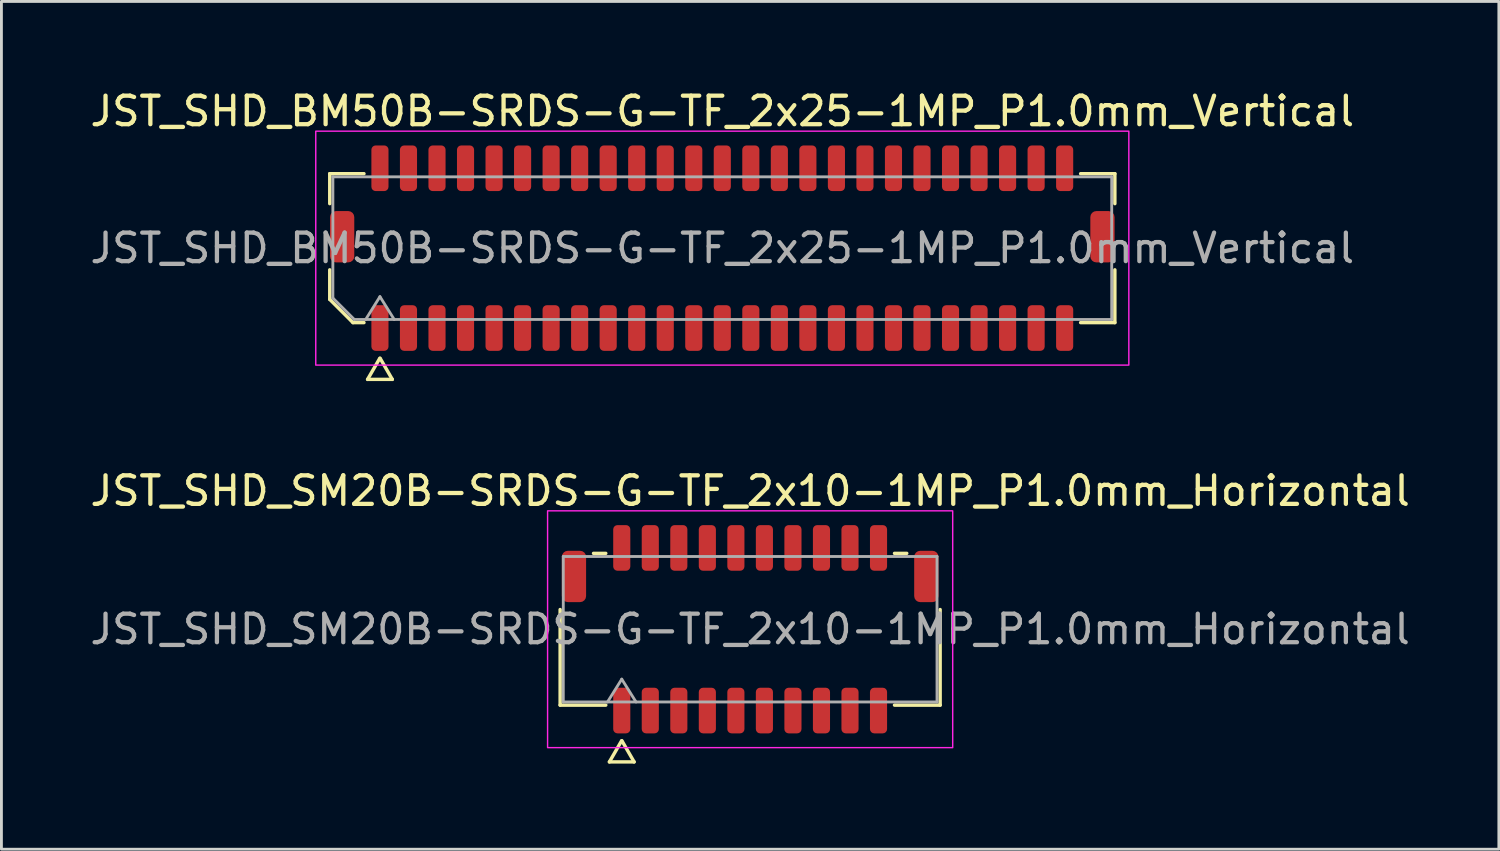
<source format=kicad_pcb>
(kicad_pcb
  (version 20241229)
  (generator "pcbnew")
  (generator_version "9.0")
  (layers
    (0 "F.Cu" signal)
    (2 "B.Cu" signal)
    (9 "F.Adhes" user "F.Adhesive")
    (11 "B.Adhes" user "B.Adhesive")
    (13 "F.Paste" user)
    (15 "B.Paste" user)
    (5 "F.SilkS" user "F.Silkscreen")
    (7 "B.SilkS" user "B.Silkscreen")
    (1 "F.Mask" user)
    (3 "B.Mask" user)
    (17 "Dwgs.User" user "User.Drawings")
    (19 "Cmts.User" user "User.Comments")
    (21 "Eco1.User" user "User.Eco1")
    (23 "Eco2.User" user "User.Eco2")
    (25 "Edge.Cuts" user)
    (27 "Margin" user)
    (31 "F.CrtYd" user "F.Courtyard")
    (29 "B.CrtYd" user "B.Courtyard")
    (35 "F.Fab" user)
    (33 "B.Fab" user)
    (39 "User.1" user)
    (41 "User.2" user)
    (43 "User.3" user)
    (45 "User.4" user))
  (footprint "JST_SHD_SM20B-SRDS-G-TF_2x10-1MP_P1.0mm_Horizontal"
    (layer "F.Cu")
    (at 23.244 19.006)
    (property "Reference" "JST_SHD_SM20B-SRDS-G-TF_2x10-1MP_P1.0mm_Horizontal" (at 0 -4.85 0) (layer "F.SilkS") (effects (font (size 1 1) (thickness 0.15))))
    (attr smd)
    (fp_line (start -6.66 2.66) (end -6.66 -0.69) (stroke (width 0.12) (type solid)) (layer "F.SilkS"))
    (fp_line (start -5.49 -2.66) (end -5.06 -2.66) (stroke (width 0.12) (type solid)) (layer "F.SilkS"))
    (fp_line (start -5.06 2.66) (end -6.66 2.66) (stroke (width 0.12) (type solid)) (layer "F.SilkS"))
    (fp_line (start -4.933 4.65) (end -4.506 3.91) (stroke (width 0.12) (type solid)) (layer "F.SilkS"))
    (fp_line (start -4.494 3.91) (end -4.067 4.65) (stroke (width 0.12) (type solid)) (layer "F.SilkS"))
    (fp_line (start -4.067 4.65) (end -4.933 4.65) (stroke (width 0.12) (type solid)) (layer "F.SilkS"))
    (fp_line (start 5.06 -2.66) (end 5.49 -2.66) (stroke (width 0.12) (type solid)) (layer "F.SilkS"))
    (fp_line (start 6.66 -0.69) (end 6.66 2.66) (stroke (width 0.12) (type solid)) (layer "F.SilkS"))
    (fp_line (start 6.66 2.66) (end 5.06 2.66) (stroke (width 0.12) (type solid)) (layer "F.SilkS"))
    (fp_rect (start -7.1 -4.15) (end 7.1 4.15) (stroke (width 0.05) (type solid)) (fill no) (layer "F.CrtYd"))
    (fp_line (start -6.55 -2.55) (end 6.55 -2.55) (stroke (width 0.1) (type solid)) (layer "F.Fab"))
    (fp_line (start -6.55 2.55) (end -6.55 -2.55) (stroke (width 0.1) (type solid)) (layer "F.Fab"))
    (fp_line (start -5 2.55) (end -4.5 1.75) (stroke (width 0.1) (type solid)) (layer "F.Fab"))
    (fp_line (start -4.5 1.75) (end -4 2.55) (stroke (width 0.1) (type solid)) (layer "F.Fab"))
    (fp_line (start 6.55 -2.55) (end 6.55 2.55) (stroke (width 0.1) (type solid)) (layer "F.Fab"))
    (fp_line (start 6.55 2.55) (end -6.55 2.55) (stroke (width 0.1) (type solid)) (layer "F.Fab"))
    (fp_text user "${REFERENCE}" (at 0 0 0) (layer "F.Fab") (effects (font (size 1 1) (thickness 0.15))))
    (pad "1" smd roundrect (at -4.5 2.85) (size 0.6 1.6) (layers "F.Cu" "F.Mask" "F.Paste") (roundrect_rratio 0.25))
    (pad "2" smd roundrect (at -4.5 -2.85) (size 0.6 1.6) (layers "F.Cu" "F.Mask" "F.Paste") (roundrect_rratio 0.25))
    (pad "3" smd roundrect (at -3.5 2.85) (size 0.6 1.6) (layers "F.Cu" "F.Mask" "F.Paste") (roundrect_rratio 0.25))
    (pad "4" smd roundrect (at -3.5 -2.85) (size 0.6 1.6) (layers "F.Cu" "F.Mask" "F.Paste") (roundrect_rratio 0.25))
    (pad "5" smd roundrect (at -2.5 2.85) (size 0.6 1.6) (layers "F.Cu" "F.Mask" "F.Paste") (roundrect_rratio 0.25))
    (pad "6" smd roundrect (at -2.5 -2.85) (size 0.6 1.6) (layers "F.Cu" "F.Mask" "F.Paste") (roundrect_rratio 0.25))
    (pad "7" smd roundrect (at -1.5 2.85) (size 0.6 1.6) (layers "F.Cu" "F.Mask" "F.Paste") (roundrect_rratio 0.25))
    (pad "8" smd roundrect (at -1.5 -2.85) (size 0.6 1.6) (layers "F.Cu" "F.Mask" "F.Paste") (roundrect_rratio 0.25))
    (pad "9" smd roundrect (at -0.5 2.85) (size 0.6 1.6) (layers "F.Cu" "F.Mask" "F.Paste") (roundrect_rratio 0.25))
    (pad "10" smd roundrect (at -0.5 -2.85) (size 0.6 1.6) (layers "F.Cu" "F.Mask" "F.Paste") (roundrect_rratio 0.25))
    (pad "11" smd roundrect (at 0.5 2.85) (size 0.6 1.6) (layers "F.Cu" "F.Mask" "F.Paste") (roundrect_rratio 0.25))
    (pad "12" smd roundrect (at 0.5 -2.85) (size 0.6 1.6) (layers "F.Cu" "F.Mask" "F.Paste") (roundrect_rratio 0.25))
    (pad "13" smd roundrect (at 1.5 2.85) (size 0.6 1.6) (layers "F.Cu" "F.Mask" "F.Paste") (roundrect_rratio 0.25))
    (pad "14" smd roundrect (at 1.5 -2.85) (size 0.6 1.6) (layers "F.Cu" "F.Mask" "F.Paste") (roundrect_rratio 0.25))
    (pad "15" smd roundrect (at 2.5 2.85) (size 0.6 1.6) (layers "F.Cu" "F.Mask" "F.Paste") (roundrect_rratio 0.25))
    (pad "16" smd roundrect (at 2.5 -2.85) (size 0.6 1.6) (layers "F.Cu" "F.Mask" "F.Paste") (roundrect_rratio 0.25))
    (pad "17" smd roundrect (at 3.5 2.85) (size 0.6 1.6) (layers "F.Cu" "F.Mask" "F.Paste") (roundrect_rratio 0.25))
    (pad "18" smd roundrect (at 3.5 -2.85) (size 0.6 1.6) (layers "F.Cu" "F.Mask" "F.Paste") (roundrect_rratio 0.25))
    (pad "19" smd roundrect (at 4.5 2.85) (size 0.6 1.6) (layers "F.Cu" "F.Mask" "F.Paste") (roundrect_rratio 0.25))
    (pad "20" smd roundrect (at 4.5 -2.85) (size 0.6 1.6) (layers "F.Cu" "F.Mask" "F.Paste") (roundrect_rratio 0.25))
    (pad "MP" smd roundrect (at -6.175 -1.85) (size 0.85 1.8) (layers "F.Cu" "F.Mask" "F.Paste") (roundrect_rratio 0.25))
    (pad "MP" smd roundrect (at 6.175 -1.85) (size 0.85 1.8) (layers "F.Cu" "F.Mask" "F.Paste") (roundrect_rratio 0.25)))
  (footprint "JST_SHD_BM50B-SRDS-G-TF_2x25-1MP_P1.0mm_Vertical"
    (layer "F.Cu")
    (at 22.268 5.648)
    (property "Reference" "JST_SHD_BM50B-SRDS-G-TF_2x25-1MP_P1.0mm_Vertical" (at 0 -4.8 0) (layer "F.SilkS") (effects (font (size 1 1) (thickness 0.15))))
    (attr smd)
    (fp_line (start -13.76 -2.61) (end -12.56 -2.61) (stroke (width 0.12) (type solid)) (layer "F.SilkS"))
    (fp_line (start -13.76 -1.56) (end -13.76 -2.61) (stroke (width 0.12) (type solid)) (layer "F.SilkS"))
    (fp_line (start -13.76 1.796) (end -13.76 0.76) (stroke (width 0.12) (type solid)) (layer "F.SilkS"))
    (fp_line (start -12.946 2.61) (end -13.76 1.796) (stroke (width 0.12) (type solid)) (layer "F.SilkS"))
    (fp_line (start -12.56 2.61) (end -12.946 2.61) (stroke (width 0.12) (type solid)) (layer "F.SilkS"))
    (fp_line (start -12.433 4.6) (end -12.006 3.86) (stroke (width 0.12) (type solid)) (layer "F.SilkS"))
    (fp_line (start -11.994 3.86) (end -11.567 4.6) (stroke (width 0.12) (type solid)) (layer "F.SilkS"))
    (fp_line (start -11.567 4.6) (end -12.433 4.6) (stroke (width 0.12) (type solid)) (layer "F.SilkS"))
    (fp_line (start 12.56 -2.61) (end 13.76 -2.61) (stroke (width 0.12) (type solid)) (layer "F.SilkS"))
    (fp_line (start 13.76 -2.61) (end 13.76 -1.56) (stroke (width 0.12) (type solid)) (layer "F.SilkS"))
    (fp_line (start 13.76 0.76) (end 13.76 2.61) (stroke (width 0.12) (type solid)) (layer "F.SilkS"))
    (fp_line (start 13.76 2.61) (end 12.56 2.61) (stroke (width 0.12) (type solid)) (layer "F.SilkS"))
    (fp_rect (start -14.25 -4.1) (end 14.25 4.1) (stroke (width 0.05) (type solid)) (fill no) (layer "F.CrtYd"))
    (fp_line (start -13.65 -2.5) (end 13.65 -2.5) (stroke (width 0.1) (type solid)) (layer "F.Fab"))
    (fp_line (start -13.65 1.75) (end -13.65 -2.5) (stroke (width 0.1) (type solid)) (layer "F.Fab"))
    (fp_line (start -12.9 2.5) (end -13.65 1.75) (stroke (width 0.1) (type solid)) (layer "F.Fab"))
    (fp_line (start -12.5 2.5) (end -12 1.7) (stroke (width 0.1) (type solid)) (layer "F.Fab"))
    (fp_line (start -12 1.7) (end -11.5 2.5) (stroke (width 0.1) (type solid)) (layer "F.Fab"))
    (fp_line (start 13.65 -2.5) (end 13.65 2.5) (stroke (width 0.1) (type solid)) (layer "F.Fab"))
    (fp_line (start 13.65 2.5) (end -12.9 2.5) (stroke (width 0.1) (type solid)) (layer "F.Fab"))
    (fp_text user "${REFERENCE}" (at 0 0 0) (layer "F.Fab") (effects (font (size 1 1) (thickness 0.15))))
    (pad "1" smd roundrect (at -12 2.8) (size 0.6 1.6) (layers "F.Cu" "F.Mask" "F.Paste") (roundrect_rratio 0.25))
    (pad "2" smd roundrect (at -12 -2.8) (size 0.6 1.6) (layers "F.Cu" "F.Mask" "F.Paste") (roundrect_rratio 0.25))
    (pad "3" smd roundrect (at -11 2.8) (size 0.6 1.6) (layers "F.Cu" "F.Mask" "F.Paste") (roundrect_rratio 0.25))
    (pad "4" smd roundrect (at -11 -2.8) (size 0.6 1.6) (layers "F.Cu" "F.Mask" "F.Paste") (roundrect_rratio 0.25))
    (pad "5" smd roundrect (at -10 2.8) (size 0.6 1.6) (layers "F.Cu" "F.Mask" "F.Paste") (roundrect_rratio 0.25))
    (pad "6" smd roundrect (at -10 -2.8) (size 0.6 1.6) (layers "F.Cu" "F.Mask" "F.Paste") (roundrect_rratio 0.25))
    (pad "7" smd roundrect (at -9 2.8) (size 0.6 1.6) (layers "F.Cu" "F.Mask" "F.Paste") (roundrect_rratio 0.25))
    (pad "8" smd roundrect (at -9 -2.8) (size 0.6 1.6) (layers "F.Cu" "F.Mask" "F.Paste") (roundrect_rratio 0.25))
    (pad "9" smd roundrect (at -8 2.8) (size 0.6 1.6) (layers "F.Cu" "F.Mask" "F.Paste") (roundrect_rratio 0.25))
    (pad "10" smd roundrect (at -8 -2.8) (size 0.6 1.6) (layers "F.Cu" "F.Mask" "F.Paste") (roundrect_rratio 0.25))
    (pad "11" smd roundrect (at -7 2.8) (size 0.6 1.6) (layers "F.Cu" "F.Mask" "F.Paste") (roundrect_rratio 0.25))
    (pad "12" smd roundrect (at -7 -2.8) (size 0.6 1.6) (layers "F.Cu" "F.Mask" "F.Paste") (roundrect_rratio 0.25))
    (pad "13" smd roundrect (at -6 2.8) (size 0.6 1.6) (layers "F.Cu" "F.Mask" "F.Paste") (roundrect_rratio 0.25))
    (pad "14" smd roundrect (at -6 -2.8) (size 0.6 1.6) (layers "F.Cu" "F.Mask" "F.Paste") (roundrect_rratio 0.25))
    (pad "15" smd roundrect (at -5 2.8) (size 0.6 1.6) (layers "F.Cu" "F.Mask" "F.Paste") (roundrect_rratio 0.25))
    (pad "16" smd roundrect (at -5 -2.8) (size 0.6 1.6) (layers "F.Cu" "F.Mask" "F.Paste") (roundrect_rratio 0.25))
    (pad "17" smd roundrect (at -4 2.8) (size 0.6 1.6) (layers "F.Cu" "F.Mask" "F.Paste") (roundrect_rratio 0.25))
    (pad "18" smd roundrect (at -4 -2.8) (size 0.6 1.6) (layers "F.Cu" "F.Mask" "F.Paste") (roundrect_rratio 0.25))
    (pad "19" smd roundrect (at -3 2.8) (size 0.6 1.6) (layers "F.Cu" "F.Mask" "F.Paste") (roundrect_rratio 0.25))
    (pad "20" smd roundrect (at -3 -2.8) (size 0.6 1.6) (layers "F.Cu" "F.Mask" "F.Paste") (roundrect_rratio 0.25))
    (pad "21" smd roundrect (at -2 2.8) (size 0.6 1.6) (layers "F.Cu" "F.Mask" "F.Paste") (roundrect_rratio 0.25))
    (pad "22" smd roundrect (at -2 -2.8) (size 0.6 1.6) (layers "F.Cu" "F.Mask" "F.Paste") (roundrect_rratio 0.25))
    (pad "23" smd roundrect (at -1 2.8) (size 0.6 1.6) (layers "F.Cu" "F.Mask" "F.Paste") (roundrect_rratio 0.25))
    (pad "24" smd roundrect (at -1 -2.8) (size 0.6 1.6) (layers "F.Cu" "F.Mask" "F.Paste") (roundrect_rratio 0.25))
    (pad "25" smd roundrect (at 0 2.8) (size 0.6 1.6) (layers "F.Cu" "F.Mask" "F.Paste") (roundrect_rratio 0.25))
    (pad "26" smd roundrect (at 0 -2.8) (size 0.6 1.6) (layers "F.Cu" "F.Mask" "F.Paste") (roundrect_rratio 0.25))
    (pad "27" smd roundrect (at 1 2.8) (size 0.6 1.6) (layers "F.Cu" "F.Mask" "F.Paste") (roundrect_rratio 0.25))
    (pad "28" smd roundrect (at 1 -2.8) (size 0.6 1.6) (layers "F.Cu" "F.Mask" "F.Paste") (roundrect_rratio 0.25))
    (pad "29" smd roundrect (at 2 2.8) (size 0.6 1.6) (layers "F.Cu" "F.Mask" "F.Paste") (roundrect_rratio 0.25))
    (pad "30" smd roundrect (at 2 -2.8) (size 0.6 1.6) (layers "F.Cu" "F.Mask" "F.Paste") (roundrect_rratio 0.25))
    (pad "31" smd roundrect (at 3 2.8) (size 0.6 1.6) (layers "F.Cu" "F.Mask" "F.Paste") (roundrect_rratio 0.25))
    (pad "32" smd roundrect (at 3 -2.8) (size 0.6 1.6) (layers "F.Cu" "F.Mask" "F.Paste") (roundrect_rratio 0.25))
    (pad "33" smd roundrect (at 4 2.8) (size 0.6 1.6) (layers "F.Cu" "F.Mask" "F.Paste") (roundrect_rratio 0.25))
    (pad "34" smd roundrect (at 4 -2.8) (size 0.6 1.6) (layers "F.Cu" "F.Mask" "F.Paste") (roundrect_rratio 0.25))
    (pad "35" smd roundrect (at 5 2.8) (size 0.6 1.6) (layers "F.Cu" "F.Mask" "F.Paste") (roundrect_rratio 0.25))
    (pad "36" smd roundrect (at 5 -2.8) (size 0.6 1.6) (layers "F.Cu" "F.Mask" "F.Paste") (roundrect_rratio 0.25))
    (pad "37" smd roundrect (at 6 2.8) (size 0.6 1.6) (layers "F.Cu" "F.Mask" "F.Paste") (roundrect_rratio 0.25))
    (pad "38" smd roundrect (at 6 -2.8) (size 0.6 1.6) (layers "F.Cu" "F.Mask" "F.Paste") (roundrect_rratio 0.25))
    (pad "39" smd roundrect (at 7 2.8) (size 0.6 1.6) (layers "F.Cu" "F.Mask" "F.Paste") (roundrect_rratio 0.25))
    (pad "40" smd roundrect (at 7 -2.8) (size 0.6 1.6) (layers "F.Cu" "F.Mask" "F.Paste") (roundrect_rratio 0.25))
    (pad "41" smd roundrect (at 8 2.8) (size 0.6 1.6) (layers "F.Cu" "F.Mask" "F.Paste") (roundrect_rratio 0.25))
    (pad "42" smd roundrect (at 8 -2.8) (size 0.6 1.6) (layers "F.Cu" "F.Mask" "F.Paste") (roundrect_rratio 0.25))
    (pad "43" smd roundrect (at 9 2.8) (size 0.6 1.6) (layers "F.Cu" "F.Mask" "F.Paste") (roundrect_rratio 0.25))
    (pad "44" smd roundrect (at 9 -2.8) (size 0.6 1.6) (layers "F.Cu" "F.Mask" "F.Paste") (roundrect_rratio 0.25))
    (pad "45" smd roundrect (at 10 2.8) (size 0.6 1.6) (layers "F.Cu" "F.Mask" "F.Paste") (roundrect_rratio 0.25))
    (pad "46" smd roundrect (at 10 -2.8) (size 0.6 1.6) (layers "F.Cu" "F.Mask" "F.Paste") (roundrect_rratio 0.25))
    (pad "47" smd roundrect (at 11 2.8) (size 0.6 1.6) (layers "F.Cu" "F.Mask" "F.Paste") (roundrect_rratio 0.25))
    (pad "48" smd roundrect (at 11 -2.8) (size 0.6 1.6) (layers "F.Cu" "F.Mask" "F.Paste") (roundrect_rratio 0.25))
    (pad "49" smd roundrect (at 12 2.8) (size 0.6 1.6) (layers "F.Cu" "F.Mask" "F.Paste") (roundrect_rratio 0.25))
    (pad "50" smd roundrect (at 12 -2.8) (size 0.6 1.6) (layers "F.Cu" "F.Mask" "F.Paste") (roundrect_rratio 0.25))
    (pad "MP" smd roundrect (at -13.325 -0.4) (size 0.85 1.8) (layers "F.Cu" "F.Mask" "F.Paste") (roundrect_rratio 0.25))
    (pad "MP" smd roundrect (at 13.325 -0.4) (size 0.85 1.8) (layers "F.Cu" "F.Mask" "F.Paste") (roundrect_rratio 0.25)))
  (gr_rect
    (start -3 -3)
    (end 49.488 26.716)
    (stroke (width 0.1) (type default))
    (fill no)
    (layer "Edge.Cuts")))
</source>
